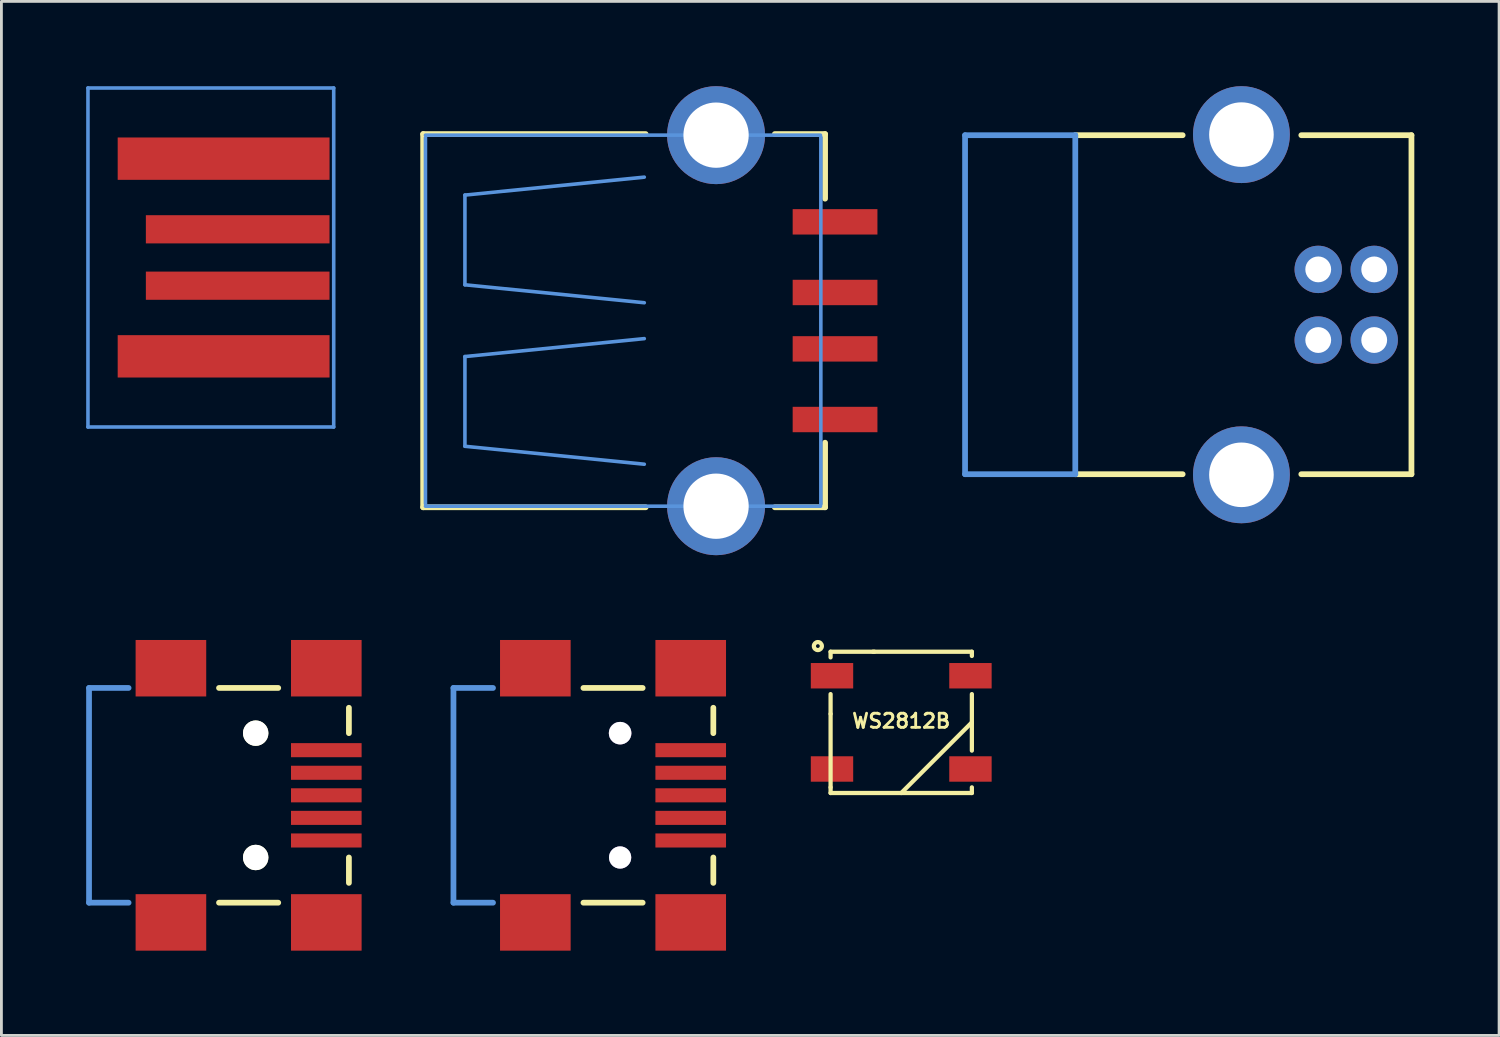
<source format=kicad_pcb>
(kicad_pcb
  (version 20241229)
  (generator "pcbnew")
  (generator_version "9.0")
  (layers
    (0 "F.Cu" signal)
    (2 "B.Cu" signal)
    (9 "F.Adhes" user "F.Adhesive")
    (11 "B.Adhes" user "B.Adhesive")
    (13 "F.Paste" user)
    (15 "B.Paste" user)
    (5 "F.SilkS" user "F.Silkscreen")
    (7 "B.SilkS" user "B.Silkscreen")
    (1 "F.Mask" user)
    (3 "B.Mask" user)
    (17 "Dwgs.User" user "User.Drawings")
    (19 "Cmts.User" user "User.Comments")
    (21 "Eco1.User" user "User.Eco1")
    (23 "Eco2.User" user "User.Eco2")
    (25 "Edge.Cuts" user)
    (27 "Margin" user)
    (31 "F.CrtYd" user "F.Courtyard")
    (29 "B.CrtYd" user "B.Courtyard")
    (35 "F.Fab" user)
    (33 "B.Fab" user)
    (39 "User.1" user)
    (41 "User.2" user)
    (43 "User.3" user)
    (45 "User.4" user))
  (footprint "USB-MINIB"
    (layer "F.Cu")
    (at 5.999 25.097)
    (property "Reference" "USB-MINIB" (at -2.997 -1.067 0) (layer "Eco1.User") (effects (font (size 0.406 0.406) (thickness 0.03))))
    (attr through_hole)
    (fp_line (start -1.298 -3.8) (end 0.798 -3.8) (stroke (width 0.203) (type solid)) (layer "F.SilkS"))
    (fp_line (start 0.798 3.8) (end -1.298 3.8) (stroke (width 0.203) (type solid)) (layer "F.SilkS"))
    (fp_line (start 3.299 -3.099) (end 3.299 -2.2) (stroke (width 0.203) (type solid)) (layer "F.SilkS"))
    (fp_line (start 3.299 2.2) (end 3.299 3.099) (stroke (width 0.203) (type solid)) (layer "F.SilkS"))
    (fp_line (start -5.898 -3.8) (end -5.898 3.8) (stroke (width 0.203) (type solid)) (layer "Cmts.User"))
    (fp_line (start -5.898 -3.8) (end -4.498 -3.8) (stroke (width 0.203) (type solid)) (layer "Cmts.User"))
    (fp_line (start -5.898 3.8) (end -4.498 3.8) (stroke (width 0.203) (type solid)) (layer "Cmts.User"))
    (pad "" np_thru_hole circle (at 0 -2.2) (size 0.899 0.899) (drill 0.899) (layers "*.Cu" "*.Mask" "F.SilkS"))
    (pad "" np_thru_hole circle (at 0 2.2) (size 0.899 0.899) (drill 0.899) (layers "*.Cu" "*.Mask" "F.SilkS"))
    (pad "D+" smd rect (at 2.499 0) (size 2.499 0.498) (layers "F.Cu" "F.Mask" "F.Paste"))
    (pad "D-" smd rect (at 2.499 -0.798) (size 2.499 0.498) (layers "F.Cu" "F.Mask" "F.Paste"))
    (pad "GND" smd rect (at 2.499 1.598) (size 2.499 0.498) (layers "F.Cu" "F.Mask" "F.Paste"))
    (pad "ID" smd rect (at 2.499 0.798) (size 2.499 0.498) (layers "F.Cu" "F.Mask" "F.Paste"))
    (pad "MTN1" smd rect (at -3 -4.498) (size 2.499 1.999) (layers "F.Cu" "F.Mask" "F.Paste"))
    (pad "MTN2" smd rect (at 2.499 -4.498) (size 2.499 1.999) (layers "F.Cu" "F.Mask" "F.Paste"))
    (pad "MTN3" smd rect (at -3 4.498) (size 2.499 1.999) (layers "F.Cu" "F.Mask" "F.Paste"))
    (pad "MTN4" smd rect (at 2.499 4.498) (size 2.499 1.999) (layers "F.Cu" "F.Mask" "F.Paste"))
    (pad "VBUS" smd rect (at 2.499 -1.598) (size 2.499 0.498) (layers "F.Cu" "F.Mask" "F.Paste")))
  (footprint "USB-A-S-SILK-FEMALE"
    (layer "F.Cu")
    (at 19.292 8.299)
    (property "Reference" "USB-A-S-SILK-FEMALE" (at -2.997 -2.337 0) (layer "Eco1.User") (effects (font (size 0.406 0.406) (thickness 0.03))))
    (attr through_hole)
    (fp_line (start -7.366 -6.604) (end -7.366 6.604) (stroke (width 0.203) (type solid)) (layer "F.SilkS"))
    (fp_line (start -7.366 -6.604) (end 0.508 -6.604) (stroke (width 0.203) (type solid)) (layer "F.SilkS"))
    (fp_line (start -7.366 6.604) (end 0.508 6.604) (stroke (width 0.203) (type solid)) (layer "F.SilkS"))
    (fp_line (start 5.08 6.604) (end 6.858 6.604) (stroke (width 0.203) (type solid)) (layer "F.SilkS"))
    (fp_line (start 6.858 -6.604) (end 5.08 -6.604) (stroke (width 0.203) (type solid)) (layer "F.SilkS"))
    (fp_line (start 6.858 -4.318) (end 6.858 -6.604) (stroke (width 0.203) (type solid)) (layer "F.SilkS"))
    (fp_line (start 6.858 6.604) (end 6.858 4.318) (stroke (width 0.203) (type solid)) (layer "F.SilkS"))
    (fp_line (start -7.285 -6.477) (end -7.285 6.477) (stroke (width 0.127) (type solid)) (layer "Cmts.User"))
    (fp_line (start -5.888 -4.445) (end -5.888 -1.27) (stroke (width 0.127) (type solid)) (layer "Cmts.User"))
    (fp_line (start -5.888 -1.27) (end 0.46 -0.635) (stroke (width 0.127) (type solid)) (layer "Cmts.User"))
    (fp_line (start -5.888 1.27) (end 0.46 0.635) (stroke (width 0.127) (type solid)) (layer "Cmts.User"))
    (fp_line (start -5.888 4.445) (end -5.888 1.27) (stroke (width 0.127) (type solid)) (layer "Cmts.User"))
    (fp_line (start 0.46 -5.08) (end -5.888 -4.445) (stroke (width 0.127) (type solid)) (layer "Cmts.User"))
    (fp_line (start 0.46 5.08) (end -5.888 4.445) (stroke (width 0.127) (type solid)) (layer "Cmts.User"))
    (fp_line (start 6.695 -6.566) (end -7.285 -6.566) (stroke (width 0.127) (type solid)) (layer "Cmts.User"))
    (fp_line (start 6.695 6.566) (end -7.285 6.566) (stroke (width 0.127) (type solid)) (layer "Cmts.User"))
    (fp_line (start 6.708 -6.502) (end 6.708 6.502) (stroke (width 0.127) (type solid)) (layer "Cmts.User"))
    (pad "D+" smd rect (at 7.211 0.998) (size 3 0.899) (layers "F.Cu" "F.Mask" "F.Paste"))
    (pad "D-" smd rect (at 7.211 -0.998) (size 3 0.899) (layers "F.Cu" "F.Mask" "F.Paste"))
    (pad "GND" smd rect (at 7.211 3.498) (size 3 0.899) (layers "F.Cu" "F.Mask" "F.Paste"))
    (pad "SHEL" thru_hole oval (at 3 -6.566 270) (size 3.467 3.467) (drill 2.311) (layers "*.Cu" "*.Mask"))
    (pad "SHEL" thru_hole oval (at 3 6.566 270) (size 3.467 3.467) (drill 2.311) (layers "*.Cu" "*.Mask"))
    (pad "VBUS" smd rect (at 7.211 -3.498) (size 3 0.899) (layers "F.Cu" "F.Mask" "F.Paste")))
  (footprint "USB-MINIB-NOSTOP"
    (layer "F.Cu")
    (at 18.896 25.097)
    (property "Reference" "USB-MINIB-NOSTOP" (at -2.997 -1.067 0) (layer "Eco1.User") (effects (font (size 0.406 0.406) (thickness 0.03))))
    (attr through_hole)
    (fp_circle (center 0 -2.2) (end 0.348 -2.2) (stroke (width 0.409) (type solid)) (fill no) (layer "F.Mask"))
    (fp_circle (center 0 2.2) (end 0.348 2.2) (stroke (width 0.409) (type solid)) (fill no) (layer "F.Mask"))
    (fp_line (start -1.298 -3.8) (end 0.798 -3.8) (stroke (width 0.203) (type solid)) (layer "F.SilkS"))
    (fp_line (start 0.798 3.8) (end -1.298 3.8) (stroke (width 0.203) (type solid)) (layer "F.SilkS"))
    (fp_line (start 3.299 -3.099) (end 3.299 -2.2) (stroke (width 0.203) (type solid)) (layer "F.SilkS"))
    (fp_line (start 3.299 2.2) (end 3.299 3.099) (stroke (width 0.203) (type solid)) (layer "F.SilkS"))
    (fp_line (start -5.898 -3.8) (end -5.898 3.8) (stroke (width 0.203) (type solid)) (layer "Cmts.User"))
    (fp_line (start -5.898 -3.8) (end -4.498 -3.8) (stroke (width 0.203) (type solid)) (layer "Cmts.User"))
    (fp_line (start -5.898 3.8) (end -4.498 3.8) (stroke (width 0.203) (type solid)) (layer "Cmts.User"))
    (pad "D+" smd rect (at 2.499 0) (size 2.499 0.498) (layers "F.Cu" "F.Mask" "F.Paste"))
    (pad "D-" smd rect (at 2.499 -0.798) (size 2.499 0.498) (layers "F.Cu" "F.Mask" "F.Paste"))
    (pad "G1" smd rect (at -3 4.498) (size 2.499 1.999) (layers "F.Cu" "F.Mask" "F.Paste"))
    (pad "G2" smd rect (at -3 -4.498) (size 2.499 1.999) (layers "F.Cu" "F.Mask" "F.Paste"))
    (pad "G3" smd rect (at 2.499 -4.498) (size 2.499 1.999) (layers "F.Cu" "F.Mask" "F.Paste"))
    (pad "G4" smd rect (at 2.499 4.498) (size 2.499 1.999) (layers "F.Cu" "F.Mask" "F.Paste"))
    (pad "GND" smd rect (at 2.499 1.598) (size 2.499 0.498) (layers "F.Cu" "F.Mask" "F.Paste"))
    (pad "H1" thru_hole oval (at 0 -2.2) (size 0.798 0.798) (drill 0.899) (layers "*.Cu" "*.Mask"))
    (pad "H2" thru_hole oval (at 0 2.2) (size 0.787 0.787) (drill 0.899) (layers "*.Cu" "*.Mask"))
    (pad "ID" smd rect (at 2.499 0.798) (size 2.499 0.498) (layers "F.Cu" "F.Mask" "F.Paste"))
    (pad "VBUS" smd rect (at 2.499 -1.598) (size 2.499 0.498) (layers "F.Cu" "F.Mask" "F.Paste")))
  (footprint "USB-A-PCB"
    (layer "F.Cu")
    (at 5.062 6.063)
    (property "Reference" "USB-A-PCB" (at 0 0 0) (layer "Cmts.User") (effects (font (size 0.001 0.001) (thickness 0.000001))))
    (attr through_hole)
    (fp_line (start -4.999 -5.999) (end 3.698 -5.999) (stroke (width 0.127) (type solid)) (layer "Cmts.User"))
    (fp_line (start -4.999 5.999) (end -4.999 -5.999) (stroke (width 0.127) (type solid)) (layer "Cmts.User"))
    (fp_line (start 3.698 -5.999) (end 3.698 5.999) (stroke (width 0.127) (type solid)) (layer "Cmts.User"))
    (fp_line (start 3.698 5.999) (end -4.999 5.999) (stroke (width 0.127) (type solid)) (layer "Cmts.User"))
    (pad "5V" smd rect (at -0.198 3.498) (size 7.498 1.499) (layers "F.Cu" "F.Mask" "F.Paste"))
    (pad "GND" smd rect (at -0.198 -3.498) (size 7.498 1.499) (layers "F.Cu" "F.Mask" "F.Paste"))
    (pad "USB_" smd rect (at 0.3 -0.998) (size 6.5 0.998) (layers "F.Cu" "F.Mask" "F.Paste"))
    (pad "USB_" smd rect (at 0.3 0.998) (size 6.5 0.998) (layers "F.Cu" "F.Mask" "F.Paste")))
  (footprint "USB-B-PTH"
    (layer "F.Cu")
    (at 43.603 7.734)
    (property "Reference" "USB-B-PTH" (at -0.457 -3.607 0) (layer "Eco1.User") (effects (font (size 0.406 0.406) (thickness 0.03))))
    (attr through_hole)
    (fp_line (start -8.598 -5.999) (end -4.798 -5.999) (stroke (width 0.203) (type solid)) (layer "F.SilkS"))
    (fp_line (start -8.598 5.999) (end -4.798 5.999) (stroke (width 0.203) (type solid)) (layer "F.SilkS"))
    (fp_line (start -0.599 5.999) (end 3.299 5.999) (stroke (width 0.203) (type solid)) (layer "F.SilkS"))
    (fp_line (start 3.299 -5.999) (end -0.599 -5.999) (stroke (width 0.203) (type solid)) (layer "F.SilkS"))
    (fp_line (start 3.299 5.999) (end 3.299 -5.999) (stroke (width 0.203) (type solid)) (layer "F.SilkS"))
    (fp_line (start -12.499 -5.999) (end -8.598 -5.999) (stroke (width 0.203) (type solid)) (layer "Cmts.User"))
    (fp_line (start -12.499 5.999) (end -12.499 -5.999) (stroke (width 0.203) (type solid)) (layer "Cmts.User"))
    (fp_line (start -8.598 -5.999) (end -8.598 5.999) (stroke (width 0.203) (type solid)) (layer "Cmts.User"))
    (fp_line (start -8.598 5.999) (end -12.499 5.999) (stroke (width 0.203) (type solid)) (layer "Cmts.User"))
    (pad "D+" thru_hole oval (at 0 -1.25 270) (size 1.676 1.676) (drill 0.914) (layers "*.Cu" "*.Mask"))
    (pad "D-" thru_hole oval (at 1.981 -1.25 90) (size 1.676 1.676) (drill 0.914) (layers "*.Cu" "*.Mask"))
    (pad "GND" thru_hole oval (at 0 1.25 270) (size 1.676 1.676) (drill 0.914) (layers "*.Cu" "*.Mask"))
    (pad "S1" thru_hole oval (at -2.718 6.02) (size 3.429 3.429) (drill 2.286) (layers "*.Cu" "*.Mask"))
    (pad "S2" thru_hole oval (at -2.718 -6.02) (size 3.429 3.429) (drill 2.286) (layers "*.Cu" "*.Mask"))
    (pad "VBUS" thru_hole oval (at 1.981 1.25 90) (size 1.676 1.676) (drill 0.914) (layers "*.Cu" "*.Mask")))
  (footprint "WS2812B"
    (layer "F.Cu")
    (at 28.845 22.515)
    (property "Reference" "WS2812B" (at 0 -0.05 0) (layer "F.SilkS") (effects (font (size 0.5 0.5) (thickness 0.1))))
    (attr through_hole)
    (fp_line (start -2.5 -2.5) (end -2.5 -2.3) (stroke (width 0.15) (type solid)) (layer "F.SilkS"))
    (fp_line (start -2.5 -0.3) (end -2.5 -1) (stroke (width 0.15) (type solid)) (layer "F.SilkS"))
    (fp_line (start -2.5 -0.3) (end -2.5 2.3) (stroke (width 0.15) (type solid)) (layer "F.SilkS"))
    (fp_line (start -2.5 2.5) (end -2.5 2.3) (stroke (width 0.15) (type solid)) (layer "F.SilkS"))
    (fp_line (start -0.95 -2.5) (end -2.5 -2.5) (stroke (width 0.15) (type solid)) (layer "F.SilkS"))
    (fp_line (start 0 2.5) (end 2.5 0) (stroke (width 0.15) (type solid)) (layer "F.SilkS"))
    (fp_line (start 2.5 -2.5) (end -1 -2.5) (stroke (width 0.15) (type solid)) (layer "F.SilkS"))
    (fp_line (start 2.5 -2.5) (end 2.5 -2.35) (stroke (width 0.15) (type solid)) (layer "F.SilkS"))
    (fp_line (start 2.5 -1) (end 2.5 1) (stroke (width 0.15) (type solid)) (layer "F.SilkS"))
    (fp_line (start 2.5 2.3) (end 2.5 2.5) (stroke (width 0.15) (type solid)) (layer "F.SilkS"))
    (fp_line (start 2.5 2.5) (end -2.5 2.5) (stroke (width 0.15) (type solid)) (layer "F.SilkS"))
    (fp_circle (center -2.95 -2.7) (end -2.85 -2.6) (stroke (width 0.15) (type solid)) (fill no) (layer "F.SilkS"))
    (pad "1" smd rect (at -2.45 -1.65) (size 1.5 0.9) (layers "F.Cu" "F.Mask" "F.Paste"))
    (pad "2" smd rect (at -2.45 1.65) (size 1.5 0.9) (layers "F.Cu" "F.Mask" "F.Paste"))
    (pad "3" smd rect (at 2.45 1.65) (size 1.5 0.9) (layers "F.Cu" "F.Mask" "F.Paste"))
    (pad "4" smd rect (at 2.45 -1.65) (size 1.5 0.9) (layers "F.Cu" "F.Mask" "F.Paste")))
  (gr_rect
    (start -3 -3)
    (end 50.004 33.595)
    (stroke (width 0.1) (type default))
    (fill no)
    (layer "Edge.Cuts")))
</source>
